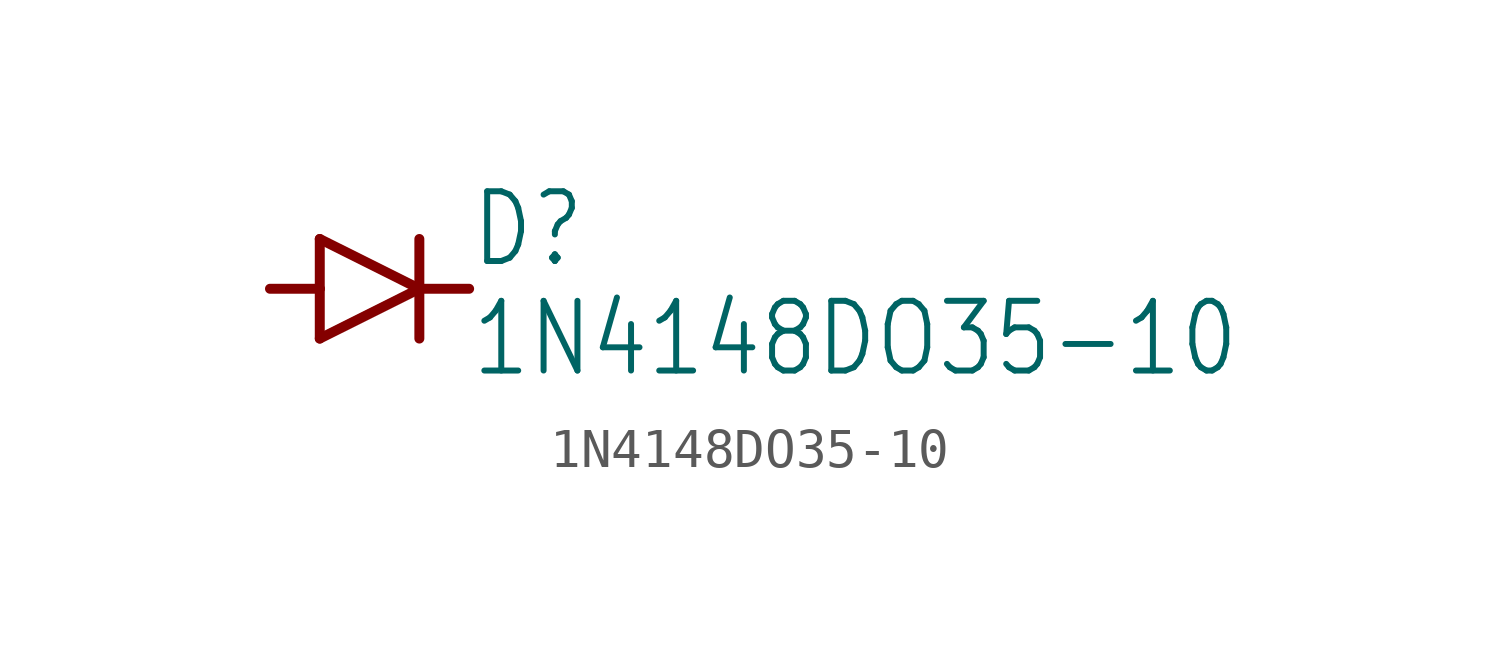
<source format=kicad_sym>
(kicad_symbol_lib
  (version 20211014)
  (generator kicad_symbol_editor)
  (symbol "1N4148DO35-10"
    (property "Reference" "D"
      (at 2.54 0.483 0)
      (effects (font (size 1.778 1.511)) (justify left bottom)))
    (property "Value" "1N4148DO35-10"
      (at 2.54 -2.311 0)
      (effects (font (size 1.778 1.511)) (justify left bottom)))
    (property "ki_locked" ""
      (at 0 0 0)
      (effects (font (size 1.27 1.27))))
    (symbol "1N4148DO35-10_1_0"
      (polyline (pts (xy -1.27 -1.27) (xy 1.27 0)) (stroke (width 0.254) (type default) (color 0 0 0 0)) (fill (type none)))
      (polyline (pts (xy -1.27 0) (xy -2.54 0)) (stroke (width 0.254) (type default) (color 0 0 0 0)) (fill (type none)))
      (polyline (pts (xy -1.27 0) (xy -1.27 -1.27)) (stroke (width 0.254) (type default) (color 0 0 0 0)) (fill (type none)))
      (polyline (pts (xy -1.27 1.27) (xy -1.27 0)) (stroke (width 0.254) (type default) (color 0 0 0 0)) (fill (type none)))
      (polyline (pts (xy 1.27 0) (xy -1.27 1.27)) (stroke (width 0.254) (type default) (color 0 0 0 0)) (fill (type none)))
      (polyline (pts (xy 1.27 0) (xy 1.27 -1.27)) (stroke (width 0.254) (type default) (color 0 0 0 0)) (fill (type none)))
      (polyline (pts (xy 1.27 1.27) (xy 1.27 0)) (stroke (width 0.254) (type default) (color 0 0 0 0)) (fill (type none)))
      (polyline (pts (xy 2.54 0) (xy 1.27 0)) (stroke (width 0.254) (type default) (color 0 0 0 0)) (fill (type none)))
      (pin passive line (at 2.54 0 180) (length 1) (name "C" (effects (font (size 0 0)))) (number "1" (effects (font (size 0 0)))))
      (pin passive line (at -2.54 0 0) (length 1) (name "A" (effects (font (size 0 0)))) (number "2" (effects (font (size 0 0))))))))
</source>
